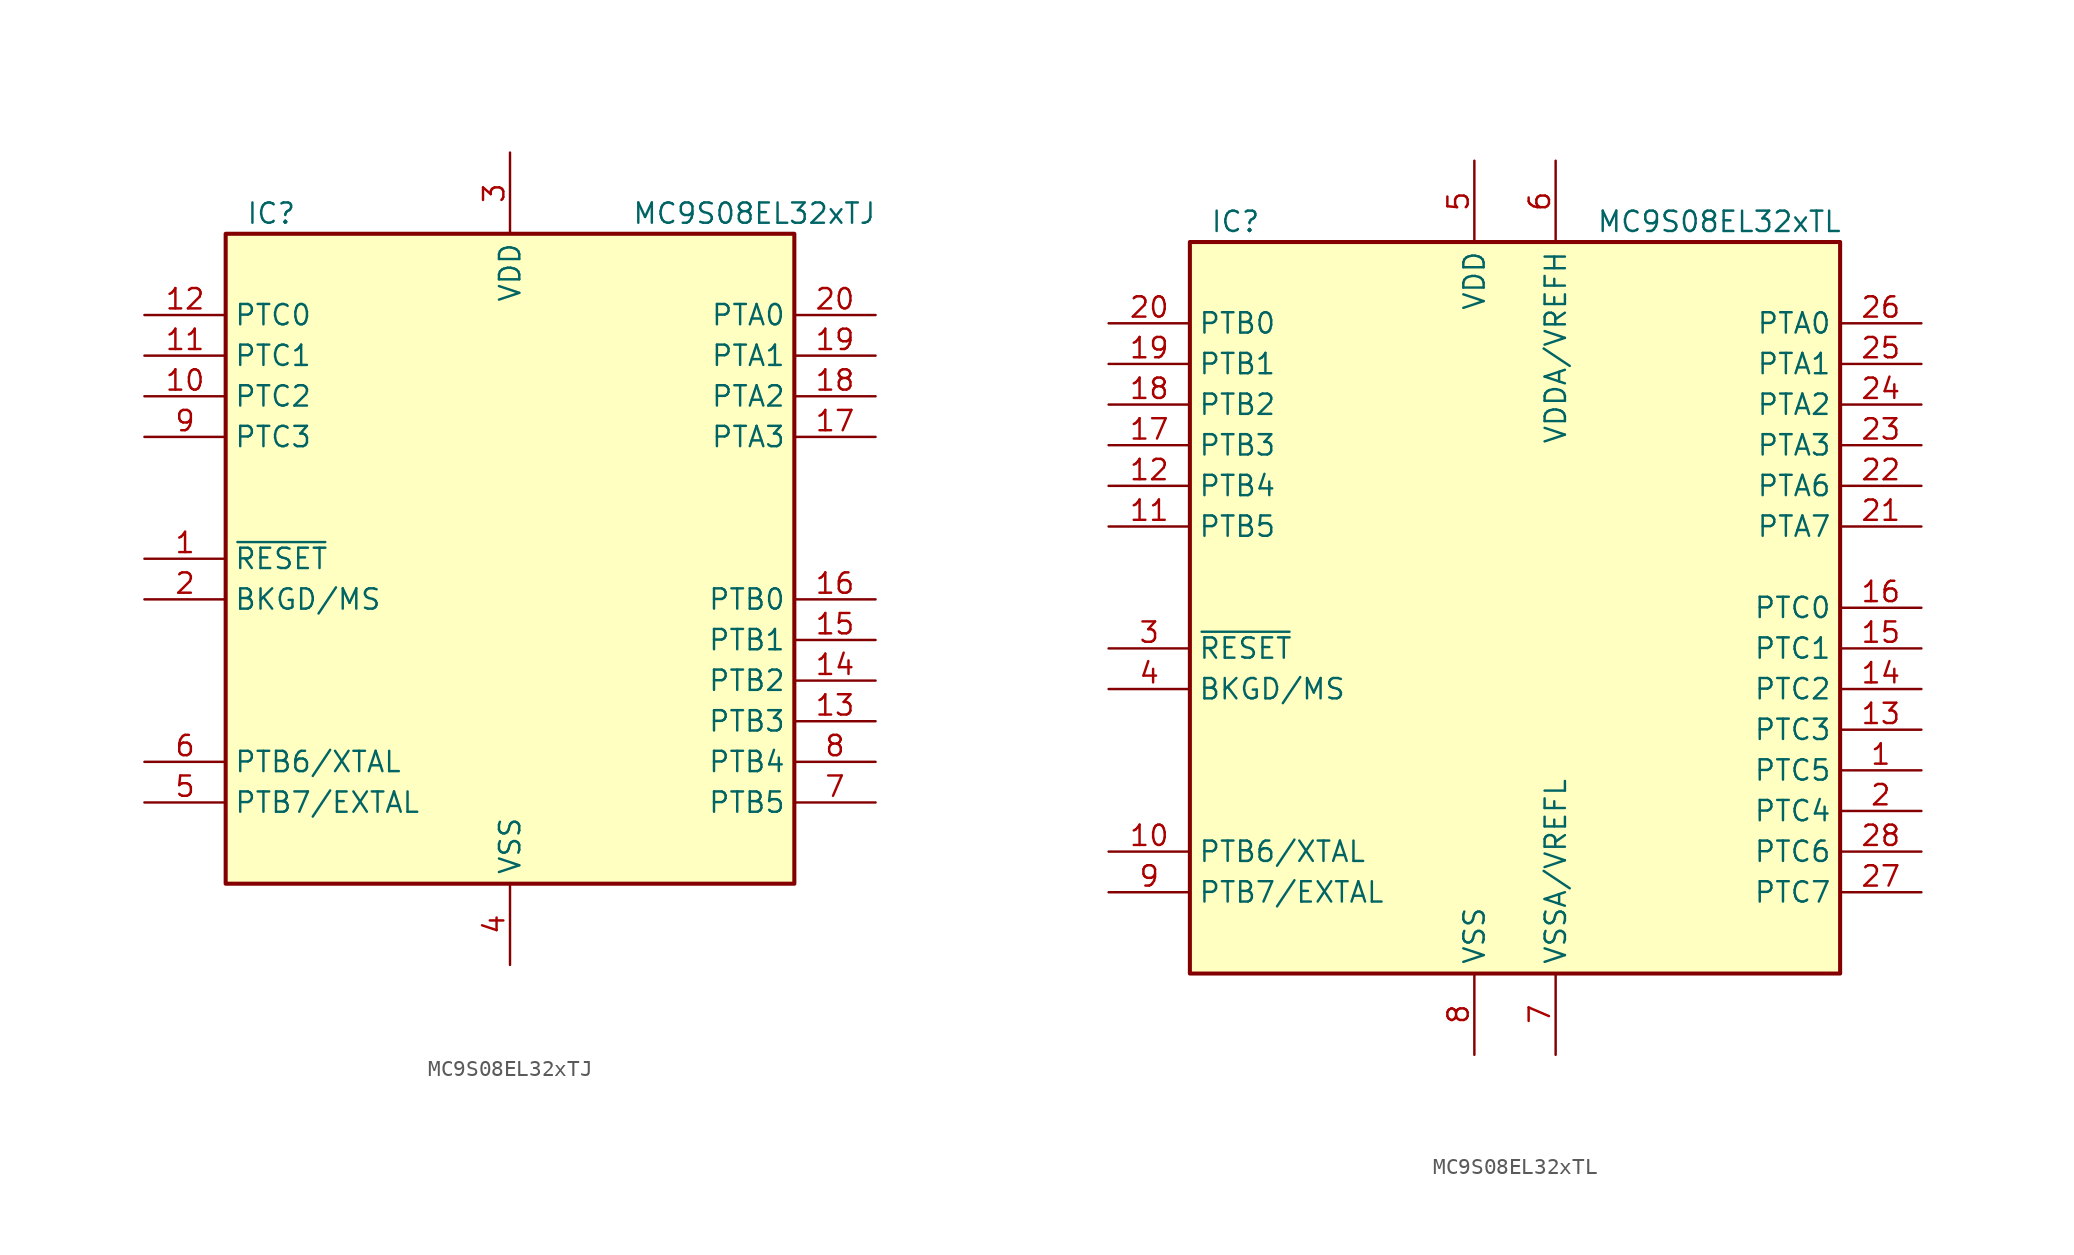
<source format=kicad_sym>
(kicad_symbol_lib
  (version 20201005)
  (generator kicad_symbol_editor)
  (symbol "MCU_NXP_S08:MC9S08EL32xTJ"
    (property "Reference" "IC"
      (at -16.51 21.59 0)
      (effects (font (size 1.27 1.27)) (justify left)))
    (property "Value" "MC9S08EL32xTJ"
      (at 7.62 21.59 0)
      (effects (font (size 1.27 1.27)) (justify left)))
    (symbol "MC9S08EL32xTJ_0_1"
      (rectangle (start -17.78 20.32) (end 17.78 -20.32) (stroke (width 0.254)) (fill (type background))))
    (symbol "MC9S08EL32xTJ_1_1"
      (pin input line (at -22.86 0 0) (length 5.08) (name "~RESET" (effects (font (size 1.27 1.27)))) (number "1" (effects (font (size 1.27 1.27)))))
      (pin bidirectional line (at -22.86 10.16 0) (length 5.08) (name "PTC2" (effects (font (size 1.27 1.27)))) (number "10" (effects (font (size 1.27 1.27)))))
      (pin bidirectional line (at -22.86 12.7 0) (length 5.08) (name "PTC1" (effects (font (size 1.27 1.27)))) (number "11" (effects (font (size 1.27 1.27)))))
      (pin bidirectional line (at -22.86 15.24 0) (length 5.08) (name "PTC0" (effects (font (size 1.27 1.27)))) (number "12" (effects (font (size 1.27 1.27)))))
      (pin bidirectional line (at 22.86 -10.16 180) (length 5.08) (name "PTB3" (effects (font (size 1.27 1.27)))) (number "13" (effects (font (size 1.27 1.27)))))
      (pin bidirectional line (at 22.86 -7.62 180) (length 5.08) (name "PTB2" (effects (font (size 1.27 1.27)))) (number "14" (effects (font (size 1.27 1.27)))))
      (pin bidirectional line (at 22.86 -5.08 180) (length 5.08) (name "PTB1" (effects (font (size 1.27 1.27)))) (number "15" (effects (font (size 1.27 1.27)))))
      (pin bidirectional line (at 22.86 -2.54 180) (length 5.08) (name "PTB0" (effects (font (size 1.27 1.27)))) (number "16" (effects (font (size 1.27 1.27)))))
      (pin bidirectional line (at 22.86 7.62 180) (length 5.08) (name "PTA3" (effects (font (size 1.27 1.27)))) (number "17" (effects (font (size 1.27 1.27)))))
      (pin bidirectional line (at 22.86 10.16 180) (length 5.08) (name "PTA2" (effects (font (size 1.27 1.27)))) (number "18" (effects (font (size 1.27 1.27)))))
      (pin bidirectional line (at 22.86 12.7 180) (length 5.08) (name "PTA1" (effects (font (size 1.27 1.27)))) (number "19" (effects (font (size 1.27 1.27)))))
      (pin bidirectional line (at -22.86 -2.54 0) (length 5.08) (name "BKGD/MS" (effects (font (size 1.27 1.27)))) (number "2" (effects (font (size 1.27 1.27)))))
      (pin bidirectional line (at 22.86 15.24 180) (length 5.08) (name "PTA0" (effects (font (size 1.27 1.27)))) (number "20" (effects (font (size 1.27 1.27)))))
      (pin power_in line (at 0 25.4 270) (length 5.08) (name "VDD" (effects (font (size 1.27 1.27)))) (number "3" (effects (font (size 1.27 1.27)))))
      (pin power_in line (at 0 -25.4 90) (length 5.08) (name "VSS" (effects (font (size 1.27 1.27)))) (number "4" (effects (font (size 1.27 1.27)))))
      (pin bidirectional line (at -22.86 -15.24 0) (length 5.08) (name "PTB7/EXTAL" (effects (font (size 1.27 1.27)))) (number "5" (effects (font (size 1.27 1.27)))))
      (pin bidirectional line (at -22.86 -12.7 0) (length 5.08) (name "PTB6/XTAL" (effects (font (size 1.27 1.27)))) (number "6" (effects (font (size 1.27 1.27)))))
      (pin bidirectional line (at 22.86 -15.24 180) (length 5.08) (name "PTB5" (effects (font (size 1.27 1.27)))) (number "7" (effects (font (size 1.27 1.27)))))
      (pin bidirectional line (at 22.86 -12.7 180) (length 5.08) (name "PTB4" (effects (font (size 1.27 1.27)))) (number "8" (effects (font (size 1.27 1.27)))))
      (pin bidirectional line (at -22.86 7.62 0) (length 5.08) (name "PTC3" (effects (font (size 1.27 1.27)))) (number "9" (effects (font (size 1.27 1.27)))))))
  (symbol "MCU_NXP_S08:MC9S08EL32xTL"
    (property "Reference" "IC"
      (at -19.05 24.13 0)
      (effects (font (size 1.27 1.27)) (justify left)))
    (property "Value" "MC9S08EL32xTL"
      (at 5.08 24.13 0)
      (effects (font (size 1.27 1.27)) (justify left)))
    (symbol "MC9S08EL32xTL_0_1"
      (rectangle (start -20.32 22.86) (end 20.32 -22.86) (stroke (width 0.254)) (fill (type background))))
    (symbol "MC9S08EL32xTL_1_1"
      (pin bidirectional line (at 25.4 -10.16 180) (length 5.08) (name "PTC5" (effects (font (size 1.27 1.27)))) (number "1" (effects (font (size 1.27 1.27)))))
      (pin bidirectional line (at -25.4 -15.24 0) (length 5.08) (name "PTB6/XTAL" (effects (font (size 1.27 1.27)))) (number "10" (effects (font (size 1.27 1.27)))))
      (pin bidirectional line (at -25.4 5.08 0) (length 5.08) (name "PTB5" (effects (font (size 1.27 1.27)))) (number "11" (effects (font (size 1.27 1.27)))))
      (pin bidirectional line (at -25.4 7.62 0) (length 5.08) (name "PTB4" (effects (font (size 1.27 1.27)))) (number "12" (effects (font (size 1.27 1.27)))))
      (pin bidirectional line (at 25.4 -7.62 180) (length 5.08) (name "PTC3" (effects (font (size 1.27 1.27)))) (number "13" (effects (font (size 1.27 1.27)))))
      (pin bidirectional line (at 25.4 -5.08 180) (length 5.08) (name "PTC2" (effects (font (size 1.27 1.27)))) (number "14" (effects (font (size 1.27 1.27)))))
      (pin bidirectional line (at 25.4 -2.54 180) (length 5.08) (name "PTC1" (effects (font (size 1.27 1.27)))) (number "15" (effects (font (size 1.27 1.27)))))
      (pin bidirectional line (at 25.4 0 180) (length 5.08) (name "PTC0" (effects (font (size 1.27 1.27)))) (number "16" (effects (font (size 1.27 1.27)))))
      (pin bidirectional line (at -25.4 10.16 0) (length 5.08) (name "PTB3" (effects (font (size 1.27 1.27)))) (number "17" (effects (font (size 1.27 1.27)))))
      (pin bidirectional line (at -25.4 12.7 0) (length 5.08) (name "PTB2" (effects (font (size 1.27 1.27)))) (number "18" (effects (font (size 1.27 1.27)))))
      (pin bidirectional line (at -25.4 15.24 0) (length 5.08) (name "PTB1" (effects (font (size 1.27 1.27)))) (number "19" (effects (font (size 1.27 1.27)))))
      (pin bidirectional line (at 25.4 -12.7 180) (length 5.08) (name "PTC4" (effects (font (size 1.27 1.27)))) (number "2" (effects (font (size 1.27 1.27)))))
      (pin bidirectional line (at -25.4 17.78 0) (length 5.08) (name "PTB0" (effects (font (size 1.27 1.27)))) (number "20" (effects (font (size 1.27 1.27)))))
      (pin bidirectional line (at 25.4 5.08 180) (length 5.08) (name "PTA7" (effects (font (size 1.27 1.27)))) (number "21" (effects (font (size 1.27 1.27)))))
      (pin bidirectional line (at 25.4 7.62 180) (length 5.08) (name "PTA6" (effects (font (size 1.27 1.27)))) (number "22" (effects (font (size 1.27 1.27)))))
      (pin bidirectional line (at 25.4 10.16 180) (length 5.08) (name "PTA3" (effects (font (size 1.27 1.27)))) (number "23" (effects (font (size 1.27 1.27)))))
      (pin bidirectional line (at 25.4 12.7 180) (length 5.08) (name "PTA2" (effects (font (size 1.27 1.27)))) (number "24" (effects (font (size 1.27 1.27)))))
      (pin bidirectional line (at 25.4 15.24 180) (length 5.08) (name "PTA1" (effects (font (size 1.27 1.27)))) (number "25" (effects (font (size 1.27 1.27)))))
      (pin bidirectional line (at 25.4 17.78 180) (length 5.08) (name "PTA0" (effects (font (size 1.27 1.27)))) (number "26" (effects (font (size 1.27 1.27)))))
      (pin bidirectional line (at 25.4 -17.78 180) (length 5.08) (name "PTC7" (effects (font (size 1.27 1.27)))) (number "27" (effects (font (size 1.27 1.27)))))
      (pin bidirectional line (at 25.4 -15.24 180) (length 5.08) (name "PTC6" (effects (font (size 1.27 1.27)))) (number "28" (effects (font (size 1.27 1.27)))))
      (pin input line (at -25.4 -2.54 0) (length 5.08) (name "~RESET" (effects (font (size 1.27 1.27)))) (number "3" (effects (font (size 1.27 1.27)))))
      (pin bidirectional line (at -25.4 -5.08 0) (length 5.08) (name "BKGD/MS" (effects (font (size 1.27 1.27)))) (number "4" (effects (font (size 1.27 1.27)))))
      (pin power_in line (at -2.54 27.94 270) (length 5.08) (name "VDD" (effects (font (size 1.27 1.27)))) (number "5" (effects (font (size 1.27 1.27)))))
      (pin power_in line (at 2.54 27.94 270) (length 5.08) (name "VDDA/VREFH" (effects (font (size 1.27 1.27)))) (number "6" (effects (font (size 1.27 1.27)))))
      (pin power_in line (at 2.54 -27.94 90) (length 5.08) (name "VSSA/VREFL" (effects (font (size 1.27 1.27)))) (number "7" (effects (font (size 1.27 1.27)))))
      (pin power_in line (at -2.54 -27.94 90) (length 5.08) (name "VSS" (effects (font (size 1.27 1.27)))) (number "8" (effects (font (size 1.27 1.27)))))
      (pin bidirectional line (at -25.4 -17.78 0) (length 5.08) (name "PTB7/EXTAL" (effects (font (size 1.27 1.27)))) (number "9" (effects (font (size 1.27 1.27))))))))
</source>
